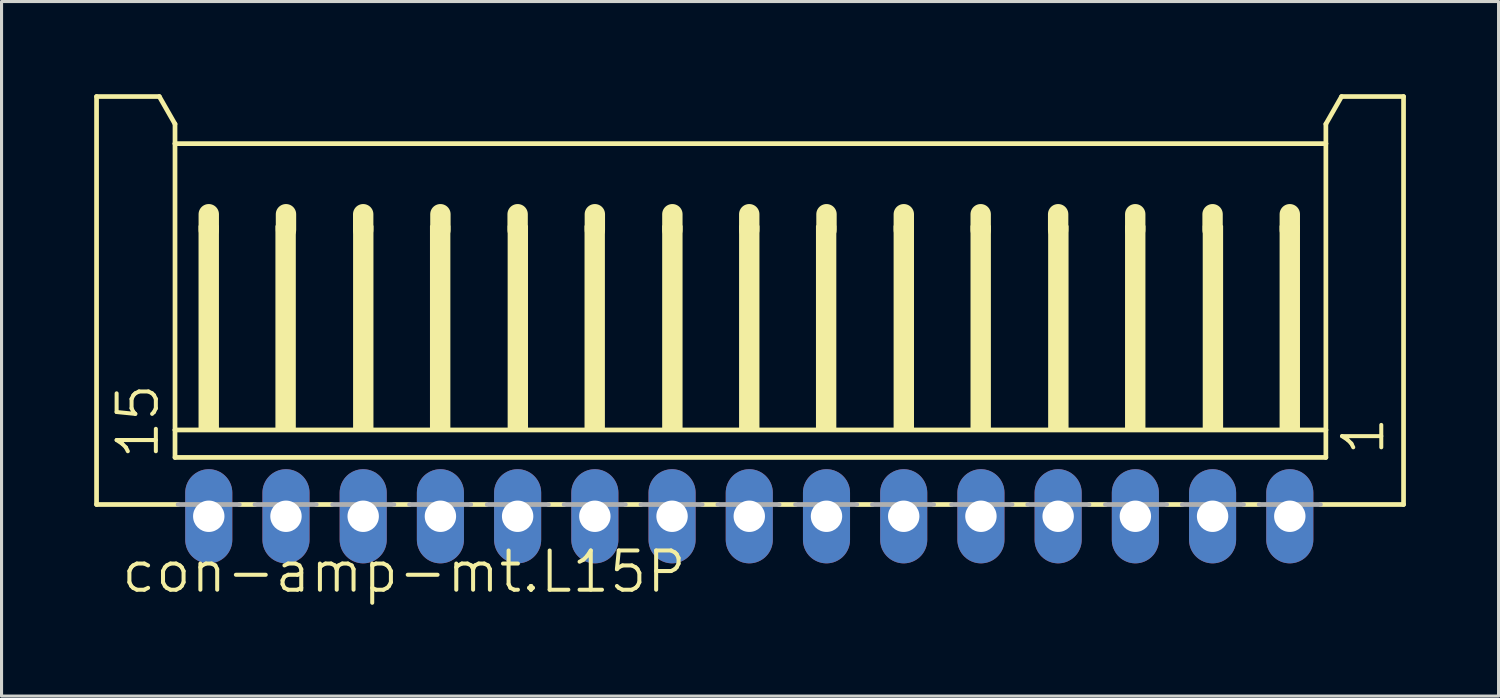
<source format=kicad_pcb>
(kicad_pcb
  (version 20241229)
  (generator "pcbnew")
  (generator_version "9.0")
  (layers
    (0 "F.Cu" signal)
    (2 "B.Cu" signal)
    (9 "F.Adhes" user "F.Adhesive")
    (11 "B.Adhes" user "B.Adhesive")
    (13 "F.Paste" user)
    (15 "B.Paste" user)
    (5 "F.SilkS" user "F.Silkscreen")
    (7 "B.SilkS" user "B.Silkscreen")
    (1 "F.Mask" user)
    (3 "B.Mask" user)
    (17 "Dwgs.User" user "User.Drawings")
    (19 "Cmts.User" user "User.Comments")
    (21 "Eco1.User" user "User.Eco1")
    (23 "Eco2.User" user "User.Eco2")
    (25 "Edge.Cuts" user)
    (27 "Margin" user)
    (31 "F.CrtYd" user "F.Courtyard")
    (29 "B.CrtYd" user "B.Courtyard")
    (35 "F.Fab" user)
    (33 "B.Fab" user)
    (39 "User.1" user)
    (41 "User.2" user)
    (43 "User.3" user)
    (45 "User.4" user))
  (footprint "con-amp-mt.L15P"
    (layer "F.Cu")
    (at 21.209 7.415)
    (property "Reference" "con-amp-mt.L15P" (at -20.397 8.79 0) (layer "F.SilkS") (effects (font (size 1.27 1.27) (thickness 0.13)) (justify left bottom)))
    (attr through_hole)
    (fp_line (start -21.133 -7.339) (end -19.101 -7.339) (stroke (width 0.152) (type default)) (layer "F.SilkS"))
    (fp_line (start -21.133 5.869) (end -21.133 -7.339) (stroke (width 0.152) (type default)) (layer "F.SilkS"))
    (fp_line (start -19.101 -7.339) (end -18.593 -6.45) (stroke (width 0.152) (type default)) (layer "F.SilkS"))
    (fp_line (start -18.593 -6.45) (end -18.593 -5.815) (stroke (width 0.152) (type default)) (layer "F.SilkS"))
    (fp_line (start -18.593 -5.815) (end -18.593 3.456) (stroke (width 0.152) (type default)) (layer "F.SilkS"))
    (fp_line (start -18.593 3.456) (end -18.593 4.345) (stroke (width 0.152) (type default)) (layer "F.SilkS"))
    (fp_line (start -18.492 5.869) (end -21.133 5.869) (stroke (width 0.152) (type default)) (layer "F.SilkS"))
    (fp_line (start -17.5 -3.529) (end -17.5 -3.021) (stroke (width 0.66) (type default)) (layer "F.SilkS"))
    (fp_line (start -16.003 5.869) (end -16.511 5.869) (stroke (width 0.152) (type default)) (layer "F.SilkS"))
    (fp_line (start -15 -3.529) (end -15 -3.021) (stroke (width 0.66) (type default)) (layer "F.SilkS"))
    (fp_line (start -13.513 5.869) (end -14.021 5.869) (stroke (width 0.152) (type default)) (layer "F.SilkS"))
    (fp_line (start -12.5 -3.529) (end -12.5 -3.021) (stroke (width 0.66) (type default)) (layer "F.SilkS"))
    (fp_line (start -10.999 5.869) (end -11.507 5.869) (stroke (width 0.152) (type default)) (layer "F.SilkS"))
    (fp_line (start -10 -3.529) (end -10 -3.021) (stroke (width 0.66) (type default)) (layer "F.SilkS"))
    (fp_line (start -8.51 5.869) (end -9.018 5.869) (stroke (width 0.152) (type default)) (layer "F.SilkS"))
    (fp_line (start -7.5 -3.529) (end -7.5 -3.021) (stroke (width 0.66) (type default)) (layer "F.SilkS"))
    (fp_line (start -5.995 5.869) (end -6.503 5.869) (stroke (width 0.152) (type default)) (layer "F.SilkS"))
    (fp_line (start -5 -3.529) (end -5 -3.021) (stroke (width 0.66) (type default)) (layer "F.SilkS"))
    (fp_line (start -3.506 5.869) (end -4.014 5.869) (stroke (width 0.152) (type default)) (layer "F.SilkS"))
    (fp_line (start -2.49 -3.529) (end -2.49 -3.021) (stroke (width 0.66) (type default)) (layer "F.SilkS"))
    (fp_line (start -1.017 5.869) (end -1.525 5.869) (stroke (width 0.152) (type default)) (layer "F.SilkS"))
    (fp_line (start -0.001 -3.529) (end -0.001 -3.021) (stroke (width 0.66) (type default)) (layer "F.SilkS"))
    (fp_line (start 1.498 5.869) (end 0.965 5.869) (stroke (width 0.152) (type default)) (layer "F.SilkS"))
    (fp_line (start 2.5 -3.529) (end 2.5 -3.021) (stroke (width 0.66) (type default)) (layer "F.SilkS"))
    (fp_line (start 3.987 5.869) (end 3.479 5.869) (stroke (width 0.152) (type default)) (layer "F.SilkS"))
    (fp_line (start 5.003 -3.529) (end 5.003 -3.021) (stroke (width 0.66) (type default)) (layer "F.SilkS"))
    (fp_line (start 6.553 5.869) (end 5.968 5.869) (stroke (width 0.152) (type default)) (layer "F.SilkS"))
    (fp_line (start 7.492 -3.529) (end 7.492 -3.021) (stroke (width 0.66) (type default)) (layer "F.SilkS"))
    (fp_line (start 9.016 5.869) (end 8.508 5.869) (stroke (width 0.152) (type default)) (layer "F.SilkS"))
    (fp_line (start 10 -3.529) (end 10 -3.021) (stroke (width 0.66) (type default)) (layer "F.SilkS"))
    (fp_line (start 11.531 5.869) (end 10.998 5.869) (stroke (width 0.152) (type default)) (layer "F.SilkS"))
    (fp_line (start 12.496 -3.529) (end 12.496 -3.021) (stroke (width 0.66) (type default)) (layer "F.SilkS"))
    (fp_line (start 14.02 5.869) (end 13.512 5.869) (stroke (width 0.152) (type default)) (layer "F.SilkS"))
    (fp_line (start 15 -3.529) (end 15 -3.021) (stroke (width 0.66) (type default)) (layer "F.SilkS"))
    (fp_line (start 16.509 5.869) (end 16.001 5.869) (stroke (width 0.152) (type default)) (layer "F.SilkS"))
    (fp_line (start 17.5 -3.529) (end 17.5 -3.021) (stroke (width 0.66) (type default)) (layer "F.SilkS"))
    (fp_line (start 18.668 -6.45) (end 18.668 -5.815) (stroke (width 0.152) (type default)) (layer "F.SilkS"))
    (fp_line (start 18.668 -6.45) (end 19.176 -7.339) (stroke (width 0.152) (type default)) (layer "F.SilkS"))
    (fp_line (start 18.668 -5.815) (end -18.593 -5.815) (stroke (width 0.152) (type default)) (layer "F.SilkS"))
    (fp_line (start 18.668 -5.815) (end 18.668 3.456) (stroke (width 0.152) (type default)) (layer "F.SilkS"))
    (fp_line (start 18.668 3.456) (end -18.593 3.456) (stroke (width 0.152) (type default)) (layer "F.SilkS"))
    (fp_line (start 18.668 3.456) (end 18.668 4.345) (stroke (width 0.152) (type default)) (layer "F.SilkS"))
    (fp_line (start 18.668 4.345) (end -18.593 4.345) (stroke (width 0.152) (type default)) (layer "F.SilkS"))
    (fp_line (start 21.183 -7.339) (end 19.176 -7.339) (stroke (width 0.152) (type default)) (layer "F.SilkS"))
    (fp_line (start 21.183 5.869) (end 18.491 5.869) (stroke (width 0.152) (type default)) (layer "F.SilkS"))
    (fp_line (start 21.183 5.869) (end 21.183 -7.339) (stroke (width 0.152) (type default)) (layer "F.SilkS"))
    (fp_rect (start -17.806 3.456) (end -17.196 -3.148) (stroke (width 0.05) (type default)) (fill yes) (layer "F.SilkS"))
    (fp_rect (start -15.317 3.456) (end -14.707 -3.148) (stroke (width 0.05) (type default)) (fill yes) (layer "F.SilkS"))
    (fp_rect (start -12.802 3.456) (end -12.193 -3.148) (stroke (width 0.05) (type default)) (fill yes) (layer "F.SilkS"))
    (fp_rect (start -10.313 3.456) (end -9.703 -3.148) (stroke (width 0.05) (type default)) (fill yes) (layer "F.SilkS"))
    (fp_rect (start -7.798 3.456) (end -7.189 -3.148) (stroke (width 0.05) (type default)) (fill yes) (layer "F.SilkS"))
    (fp_rect (start -5.309 3.456) (end -4.7 -3.148) (stroke (width 0.05) (type default)) (fill yes) (layer "F.SilkS"))
    (fp_rect (start -2.795 3.456) (end -2.185 -3.148) (stroke (width 0.05) (type default)) (fill yes) (layer "F.SilkS"))
    (fp_rect (start -0.305 3.456) (end 0.304 -3.148) (stroke (width 0.05) (type default)) (fill yes) (layer "F.SilkS"))
    (fp_rect (start 2.184 3.456) (end 2.793 -3.148) (stroke (width 0.05) (type default)) (fill yes) (layer "F.SilkS"))
    (fp_rect (start 4.698 3.456) (end 5.308 -3.148) (stroke (width 0.05) (type default)) (fill yes) (layer "F.SilkS"))
    (fp_rect (start 7.188 3.456) (end 7.797 -3.148) (stroke (width 0.05) (type default)) (fill yes) (layer "F.SilkS"))
    (fp_rect (start 9.702 3.456) (end 10.312 -3.148) (stroke (width 0.05) (type default)) (fill yes) (layer "F.SilkS"))
    (fp_rect (start 12.191 3.456) (end 12.801 -3.148) (stroke (width 0.05) (type default)) (fill yes) (layer "F.SilkS"))
    (fp_rect (start 14.706 3.456) (end 15.316 -3.148) (stroke (width 0.05) (type default)) (fill yes) (layer "F.SilkS"))
    (fp_rect (start 17.195 3.456) (end 17.805 -3.148) (stroke (width 0.05) (type default)) (fill yes) (layer "F.SilkS"))
    (fp_line (start -18.492 5.869) (end -16.511 5.869) (stroke (width 0.152) (type default)) (layer "F.Fab"))
    (fp_line (start -16.003 5.869) (end -14.021 5.869) (stroke (width 0.152) (type default)) (layer "F.Fab"))
    (fp_line (start -13.488 5.869) (end -11.507 5.869) (stroke (width 0.152) (type default)) (layer "F.Fab"))
    (fp_line (start -10.999 5.869) (end -9.018 5.869) (stroke (width 0.152) (type default)) (layer "F.Fab"))
    (fp_line (start -8.484 5.869) (end -6.503 5.869) (stroke (width 0.152) (type default)) (layer "F.Fab"))
    (fp_line (start -5.995 5.869) (end -4.014 5.869) (stroke (width 0.152) (type default)) (layer "F.Fab"))
    (fp_line (start -3.506 5.869) (end -1.525 5.869) (stroke (width 0.152) (type default)) (layer "F.Fab"))
    (fp_line (start -1.017 5.869) (end 0.965 5.869) (stroke (width 0.152) (type default)) (layer "F.Fab"))
    (fp_line (start 1.498 5.869) (end 3.479 5.869) (stroke (width 0.152) (type default)) (layer "F.Fab"))
    (fp_line (start 3.987 5.869) (end 5.968 5.869) (stroke (width 0.152) (type default)) (layer "F.Fab"))
    (fp_line (start 6.553 5.869) (end 8.508 5.869) (stroke (width 0.152) (type default)) (layer "F.Fab"))
    (fp_line (start 9.016 5.869) (end 10.998 5.869) (stroke (width 0.152) (type default)) (layer "F.Fab"))
    (fp_line (start 11.531 5.869) (end 13.512 5.869) (stroke (width 0.152) (type default)) (layer "F.Fab"))
    (fp_line (start 14.02 5.869) (end 16.001 5.869) (stroke (width 0.152) (type default)) (layer "F.Fab"))
    (fp_line (start 16.509 5.869) (end 18.491 5.869) (stroke (width 0.152) (type default)) (layer "F.Fab"))
    (fp_rect (start -17.806 6.504) (end -17.196 5.869) (stroke (width 0.05) (type default)) (fill no) (layer "F.Fab"))
    (fp_rect (start -15.317 6.504) (end -14.707 5.869) (stroke (width 0.05) (type default)) (fill no) (layer "F.Fab"))
    (fp_rect (start -12.802 6.504) (end -12.193 5.869) (stroke (width 0.05) (type default)) (fill no) (layer "F.Fab"))
    (fp_rect (start -10.313 6.504) (end -9.703 5.869) (stroke (width 0.05) (type default)) (fill no) (layer "F.Fab"))
    (fp_rect (start -7.798 6.504) (end -7.189 5.869) (stroke (width 0.05) (type default)) (fill no) (layer "F.Fab"))
    (fp_rect (start -5.309 6.504) (end -4.7 5.869) (stroke (width 0.05) (type default)) (fill no) (layer "F.Fab"))
    (fp_rect (start -2.795 6.504) (end -2.185 5.869) (stroke (width 0.05) (type default)) (fill no) (layer "F.Fab"))
    (fp_rect (start -0.305 6.504) (end 0.304 5.869) (stroke (width 0.05) (type default)) (fill no) (layer "F.Fab"))
    (fp_rect (start 2.184 6.504) (end 2.793 5.869) (stroke (width 0.05) (type default)) (fill no) (layer "F.Fab"))
    (fp_rect (start 4.698 6.504) (end 5.308 5.869) (stroke (width 0.05) (type default)) (fill no) (layer "F.Fab"))
    (fp_rect (start 7.188 6.504) (end 7.797 5.869) (stroke (width 0.05) (type default)) (fill no) (layer "F.Fab"))
    (fp_rect (start 9.702 6.504) (end 10.312 5.869) (stroke (width 0.05) (type default)) (fill no) (layer "F.Fab"))
    (fp_rect (start 12.191 6.504) (end 12.801 5.869) (stroke (width 0.05) (type default)) (fill no) (layer "F.Fab"))
    (fp_rect (start 14.706 6.504) (end 15.316 5.869) (stroke (width 0.05) (type default)) (fill no) (layer "F.Fab"))
    (fp_rect (start 17.195 6.504) (end 17.805 5.869) (stroke (width 0.05) (type default)) (fill no) (layer "F.Fab"))
    (fp_text user "15" (at -19.051 4.472 90) (layer "F.SilkS") (effects (font (size 1.27 1.27) (thickness 0.13)) (justify left bottom)))
    (fp_text user "1" (at 20.624 4.345 90) (layer "F.SilkS") (effects (font (size 1.27 1.27) (thickness 0.13)) (justify left bottom)))
    (pad "1" thru_hole oval (at 17.5 6.25 90) (size 3.048 1.524) (drill 1.016) (layers "*.Cu" "*.Mask"))
    (pad "2" thru_hole oval (at 15 6.25 90) (size 3.048 1.524) (drill 1.016) (layers "*.Cu" "*.Mask"))
    (pad "3" thru_hole oval (at 12.5 6.25 90) (size 3.048 1.524) (drill 1.016) (layers "*.Cu" "*.Mask"))
    (pad "4" thru_hole oval (at 10 6.25 90) (size 3.048 1.524) (drill 1.016) (layers "*.Cu" "*.Mask"))
    (pad "5" thru_hole oval (at 7.5 6.25 90) (size 3.048 1.524) (drill 1.016) (layers "*.Cu" "*.Mask"))
    (pad "6" thru_hole oval (at 5 6.25 90) (size 3.048 1.524) (drill 1.016) (layers "*.Cu" "*.Mask"))
    (pad "7" thru_hole oval (at 2.5 6.25 90) (size 3.048 1.524) (drill 1.016) (layers "*.Cu" "*.Mask"))
    (pad "8" thru_hole oval (at 0 6.25 90) (size 3.048 1.524) (drill 1.016) (layers "*.Cu" "*.Mask"))
    (pad "9" thru_hole oval (at -2.5 6.25 90) (size 3.048 1.524) (drill 1.016) (layers "*.Cu" "*.Mask"))
    (pad "10" thru_hole oval (at -5 6.25 90) (size 3.048 1.524) (drill 1.016) (layers "*.Cu" "*.Mask"))
    (pad "11" thru_hole oval (at -7.5 6.25 90) (size 3.048 1.524) (drill 1.016) (layers "*.Cu" "*.Mask"))
    (pad "12" thru_hole oval (at -10 6.25 90) (size 3.048 1.524) (drill 1.016) (layers "*.Cu" "*.Mask"))
    (pad "13" thru_hole oval (at -12.5 6.25 90) (size 3.048 1.524) (drill 1.016) (layers "*.Cu" "*.Mask"))
    (pad "14" thru_hole oval (at -15 6.25 90) (size 3.048 1.524) (drill 1.016) (layers "*.Cu" "*.Mask"))
    (pad "15" thru_hole oval (at -17.5 6.25 90) (size 3.048 1.524) (drill 1.016) (layers "*.Cu" "*.Mask")))
  (gr_rect
    (start -3 -3)
    (end 45.468 19.487)
    (stroke (width 0.1) (type default))
    (fill no)
    (layer "Edge.Cuts")))
</source>
